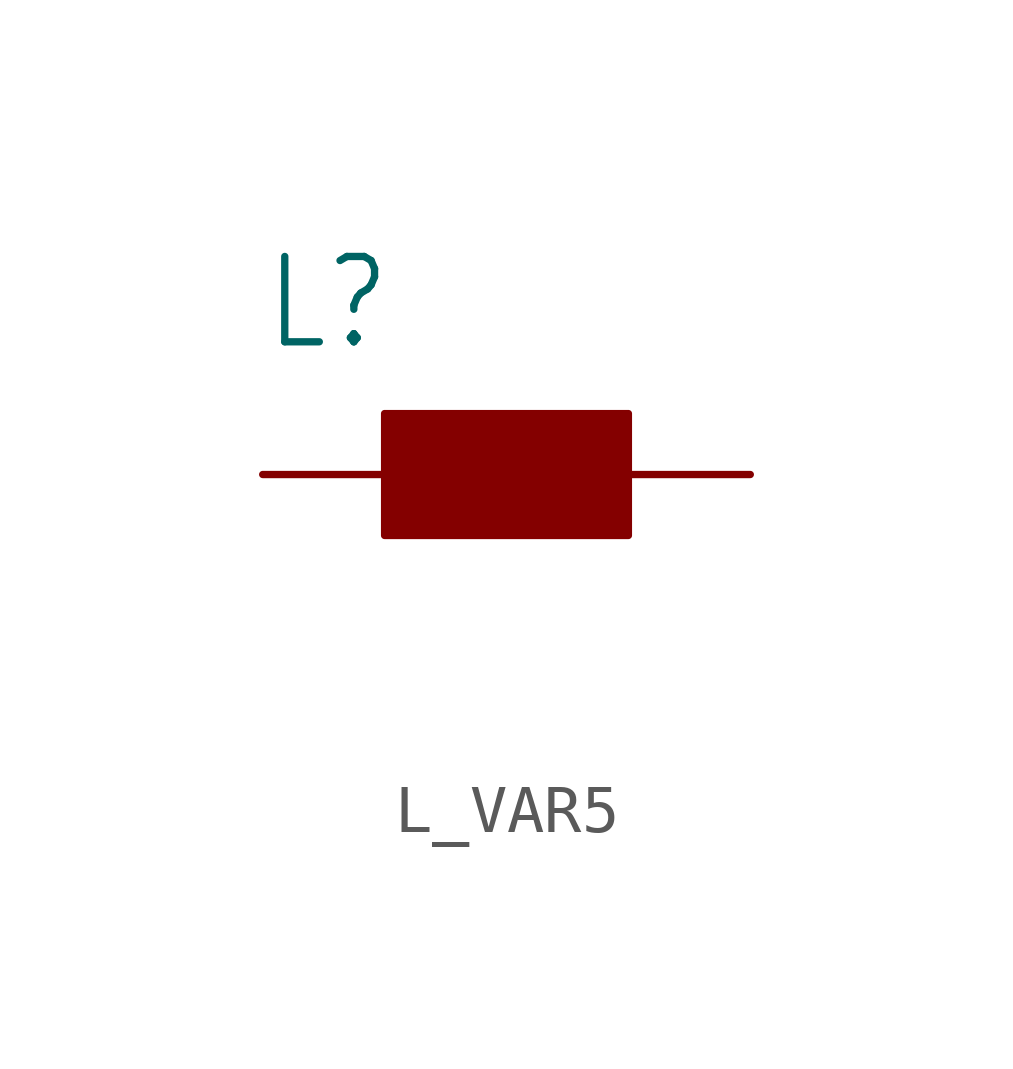
<source format=kicad_sym>
(kicad_symbol_lib
  (version 20220914)
  (generator kicad_symbol_editor)
  (symbol "L_VAR5"
    (property "Reference" "L"
      (at -5.08 2.54 0)
      (effects (font (size 1.778 1.511)) (justify left bottom)))
    (property "Value" ""
      (at -5.08 -5.08 0)
      (effects (font (size 1.778 1.511)) (justify left bottom)))
    (property "ki_locked" ""
      (at 0 0 0)
      (effects (font (size 1.27 1.27))))
    (symbol "L_VAR5_1_0"
      (rectangle (start -2.54 -1.27) (end 2.54 1.27) (stroke (width 0) (type default)) (fill (type outline)))
      (pin bidirectional line (at -5.08 0 0) (length 2.54) (name "P$1" (effects (font (size 0 0)))) (number "P$1" (effects (font (size 0 0)))))
      (pin bidirectional line (at 5.08 0 180) (length 2.54) (name "P$2" (effects (font (size 0 0)))) (number "P$2" (effects (font (size 0 0))))))))
</source>
